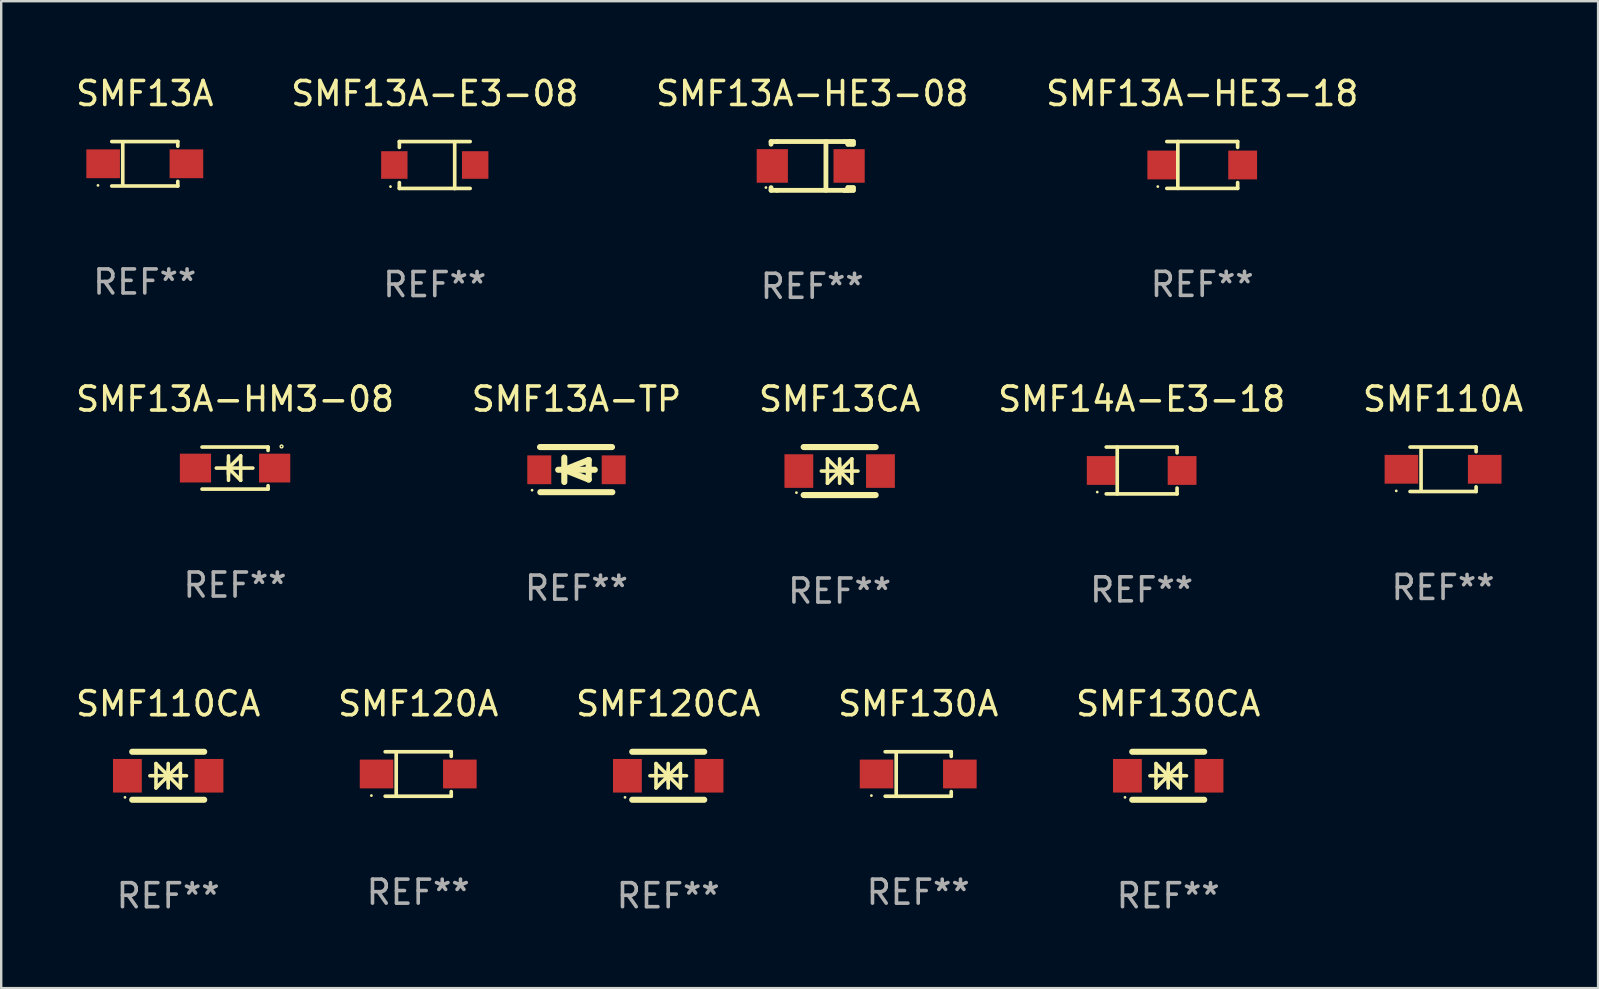
<source format=kicad_pcb>
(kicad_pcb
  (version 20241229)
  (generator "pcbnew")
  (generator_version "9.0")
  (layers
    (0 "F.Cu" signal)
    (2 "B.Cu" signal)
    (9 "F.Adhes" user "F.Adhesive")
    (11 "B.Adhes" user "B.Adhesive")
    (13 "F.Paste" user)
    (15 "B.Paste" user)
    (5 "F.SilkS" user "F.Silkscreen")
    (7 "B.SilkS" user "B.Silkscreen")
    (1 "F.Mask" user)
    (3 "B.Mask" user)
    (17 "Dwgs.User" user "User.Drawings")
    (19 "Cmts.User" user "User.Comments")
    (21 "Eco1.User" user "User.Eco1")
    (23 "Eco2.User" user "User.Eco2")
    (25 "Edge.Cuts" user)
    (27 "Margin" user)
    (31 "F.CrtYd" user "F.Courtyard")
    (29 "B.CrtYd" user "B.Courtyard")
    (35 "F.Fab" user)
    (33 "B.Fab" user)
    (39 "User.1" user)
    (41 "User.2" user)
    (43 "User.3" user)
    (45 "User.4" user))
  (footprint "SMF120A"
    (layer "F.Cu")
    (at 14.375 29.199)
    (property "Reference" "SMF120A" (at 0 -2.926 0) (layer "F.SilkS") (effects (font (size 1 1) (thickness 0.15))))
    (attr through_hole)
    (fp_line (start -1.376 -0.926) (end 1.376 -0.926) (stroke (width 0.152) (type solid)) (layer "F.SilkS"))
    (fp_line (start -1.376 0.926) (end 1.376 0.926) (stroke (width 0.152) (type solid)) (layer "F.SilkS"))
    (fp_line (start -0.917 -0.876) (end -0.917 0.876) (stroke (width 0.152) (type solid)) (layer "F.SilkS"))
    (fp_line (start 1.376 -0.926) (end 1.376 -0.733) (stroke (width 0.152) (type solid)) (layer "F.SilkS"))
    (fp_line (start 1.376 0.926) (end 1.376 0.733) (stroke (width 0.152) (type solid)) (layer "F.SilkS"))
    (fp_circle (center -1.95 0.9) (end -1.92 0.9) (stroke (width 0.06) (type solid)) (fill no) (layer "F.SilkS"))
    (fp_text user "REF**" (at 0 4.926 0) (layer "F.Fab") (effects (font (size 1 1) (thickness 0.15))))
    (pad "1" smd rect (at -1.735 0) (size 1.4 1.2) (layers "F.Cu" "F.Mask" "F.Paste"))
    (pad "2" smd rect (at 1.735 0) (size 1.4 1.2) (layers "F.Cu" "F.Mask" "F.Paste")))
  (footprint "SMF13A-TP"
    (layer "F.Cu")
    (at 20.97 16.517)
    (property "Reference" "SMF13A-TP" (at 0 -2.94 0) (layer "F.SilkS") (effects (font (size 1 1) (thickness 0.15))))
    (attr through_hole)
    (fp_line (start -1.52 -0.94) (end 1.48 -0.94) (stroke (width 0.254) (type solid)) (layer "F.SilkS"))
    (fp_line (start -1.507 0.94) (end 1.493 0.94) (stroke (width 0.254) (type solid)) (layer "F.SilkS"))
    (fp_line (start -0.762 0.007) (end 0.762 0.007) (stroke (width 0.254) (type solid)) (layer "F.SilkS"))
    (fp_line (start -0.508 -0.501) (end -0.508 0.515) (stroke (width 0.254) (type solid)) (layer "F.SilkS"))
    (fp_line (start -0.508 0.007) (end 0.508 -0.4) (stroke (width 0.254) (type solid)) (layer "F.SilkS"))
    (fp_line (start 0.508 -0.4) (end 0.508 0.413) (stroke (width 0.254) (type solid)) (layer "F.SilkS"))
    (fp_line (start 0.508 0.413) (end -0.508 0.007) (stroke (width 0.254) (type solid)) (layer "F.SilkS"))
    (fp_circle (center -1.85 0.857) (end -1.82 0.857) (stroke (width 0.06) (type solid)) (fill no) (layer "F.SilkS"))
    (fp_text user "REF**" (at 0 4.94 0) (layer "F.Fab") (effects (font (size 1 1) (thickness 0.15))))
    (pad "1" smd rect (at -1.55 0.007) (size 1 1.2) (layers "F.Cu" "F.Mask" "F.Paste"))
    (pad "2" smd rect (at 1.55 0.007) (size 1 1.2) (layers "F.Cu" "F.Mask" "F.Paste")))
  (footprint "SMF13A-HE3-18"
    (layer "F.Cu")
    (at 47.042 3.824)
    (property "Reference" "SMF13A-HE3-18" (at 0 -2.976 0) (layer "F.SilkS") (effects (font (size 1 1) (thickness 0.15))))
    (attr through_hole)
    (fp_line (start -1.476 -0.976) (end 1.476 -0.976) (stroke (width 0.152) (type solid)) (layer "F.SilkS"))
    (fp_line (start -1.476 0.976) (end 1.476 0.976) (stroke (width 0.152) (type solid)) (layer "F.SilkS"))
    (fp_line (start -1.017 -0.976) (end -1.017 0.976) (stroke (width 0.152) (type solid)) (layer "F.SilkS"))
    (fp_line (start 1.476 -0.976) (end 1.476 -0.733) (stroke (width 0.152) (type solid)) (layer "F.SilkS"))
    (fp_line (start 1.476 0.976) (end 1.476 0.733) (stroke (width 0.152) (type solid)) (layer "F.SilkS"))
    (fp_circle (center -1.85 0.9) (end -1.82 0.9) (stroke (width 0.06) (type solid)) (fill no) (layer "F.SilkS"))
    (fp_text user "REF**" (at 0 4.976 0) (layer "F.Fab") (effects (font (size 1 1) (thickness 0.15))))
    (pad "1" smd rect (at -1.685 0) (size 1.2 1.2) (layers "F.Cu" "F.Mask" "F.Paste"))
    (pad "2" smd rect (at 1.685 0) (size 1.2 1.2) (layers "F.Cu" "F.Mask" "F.Paste")))
  (footprint "SMF110CA"
    (layer "F.Cu")
    (at 3.958 29.273)
    (property "Reference" "SMF110CA" (at 0 -3 0) (layer "F.SilkS") (effects (font (size 1 1) (thickness 0.15))))
    (attr through_hole)
    (fp_line (start -1.5 -1) (end 1.5 -1) (stroke (width 0.254) (type solid)) (layer "F.SilkS"))
    (fp_line (start -1.5 1) (end 1.5 1) (stroke (width 0.254) (type solid)) (layer "F.SilkS"))
    (fp_line (start -0.762 0) (end 0.762 0) (stroke (width 0.15) (type solid)) (layer "F.SilkS"))
    (fp_line (start -0.508 -0.508) (end -0.508 0.508) (stroke (width 0.15) (type solid)) (layer "F.SilkS"))
    (fp_line (start 0 -0.508) (end 0 0.508) (stroke (width 0.15) (type solid)) (layer "F.SilkS"))
    (fp_line (start 0 0) (end -0.508 -0.508) (stroke (width 0.15) (type solid)) (layer "F.SilkS"))
    (fp_line (start 0 0) (end -0.508 0.508) (stroke (width 0.15) (type solid)) (layer "F.SilkS"))
    (fp_line (start 0 0) (end 0.508 -0.508) (stroke (width 0.15) (type solid)) (layer "F.SilkS"))
    (fp_line (start 0 0) (end 0.508 0.508) (stroke (width 0.15) (type solid)) (layer "F.SilkS"))
    (fp_line (start 0 0.254) (end 0 -0.254) (stroke (width 0.15) (type solid)) (layer "F.SilkS"))
    (fp_line (start 0.508 0.508) (end 0.508 -0.508) (stroke (width 0.15) (type solid)) (layer "F.SilkS"))
    (fp_circle (center -1.8 0.9) (end -1.77 0.9) (stroke (width 0.06) (type solid)) (fill no) (layer "F.SilkS"))
    (fp_text user "REF**" (at 0 5 0) (layer "F.Fab") (effects (font (size 1 1) (thickness 0.15))))
    (pad "1" smd rect (at -1.7 0) (size 1.2 1.4) (layers "F.Cu" "F.Mask" "F.Paste"))
    (pad "2" smd rect (at 1.7 0) (size 1.2 1.4) (layers "F.Cu" "F.Mask" "F.Paste")))
  (footprint "SMF110A"
    (layer "F.Cu")
    (at 57.077 16.503)
    (property "Reference" "SMF110A" (at 0 -2.926 0) (layer "F.SilkS") (effects (font (size 1 1) (thickness 0.15))))
    (attr through_hole)
    (fp_line (start -1.376 -0.926) (end 1.376 -0.926) (stroke (width 0.152) (type solid)) (layer "F.SilkS"))
    (fp_line (start -1.376 0.926) (end 1.376 0.926) (stroke (width 0.152) (type solid)) (layer "F.SilkS"))
    (fp_line (start -0.917 -0.876) (end -0.917 0.876) (stroke (width 0.152) (type solid)) (layer "F.SilkS"))
    (fp_line (start 1.376 -0.926) (end 1.376 -0.733) (stroke (width 0.152) (type solid)) (layer "F.SilkS"))
    (fp_line (start 1.376 0.926) (end 1.376 0.733) (stroke (width 0.152) (type solid)) (layer "F.SilkS"))
    (fp_circle (center -1.95 0.9) (end -1.92 0.9) (stroke (width 0.06) (type solid)) (fill no) (layer "F.SilkS"))
    (fp_text user "REF**" (at 0 4.926 0) (layer "F.Fab") (effects (font (size 1 1) (thickness 0.15))))
    (pad "1" smd rect (at -1.735 0) (size 1.4 1.2) (layers "F.Cu" "F.Mask" "F.Paste"))
    (pad "2" smd rect (at 1.735 0) (size 1.4 1.2) (layers "F.Cu" "F.Mask" "F.Paste")))
  (footprint "SMF13A-E3-08"
    (layer "F.Cu")
    (at 15.065 3.828)
    (property "Reference" "SMF13A-E3-08" (at 0 -2.98 0) (layer "F.SilkS") (effects (font (size 1 1) (thickness 0.15))))
    (attr through_hole)
    (fp_line (start -1.476 -0.98) (end -1.476 -0.737) (stroke (width 0.152) (type solid)) (layer "F.SilkS"))
    (fp_line (start -1.476 0.973) (end -1.476 0.73) (stroke (width 0.152) (type solid)) (layer "F.SilkS"))
    (fp_line (start 0.831 0.98) (end 0.831 -0.973) (stroke (width 0.152) (type solid)) (layer "F.SilkS"))
    (fp_line (start 1.476 -0.98) (end -1.476 -0.98) (stroke (width 0.152) (type solid)) (layer "F.SilkS"))
    (fp_line (start 1.476 0.973) (end -1.476 0.973) (stroke (width 0.152) (type solid)) (layer "F.SilkS"))
    (fp_circle (center -1.845 0.897) (end -1.815 0.897) (stroke (width 0.06) (type solid)) (fill no) (layer "F.SilkS"))
    (fp_text user "REF**" (at 0 4.98 0) (layer "F.Fab") (effects (font (size 1 1) (thickness 0.15))))
    (pad "1" smd rect (at -1.685 -0.003) (size 1.1 1.15) (layers "F.Cu" "F.Mask" "F.Paste"))
    (pad "2" smd rect (at 1.685 -0.003) (size 1.1 1.15) (layers "F.Cu" "F.Mask" "F.Paste")))
  (footprint "SMF13A-HE3-08"
    (layer "F.Cu")
    (at 30.792 3.864)
    (property "Reference" "SMF13A-HE3-08" (at 0 -3.016 0) (layer "F.SilkS") (effects (font (size 1 1) (thickness 0.15))))
    (attr through_hole)
    (fp_line (start -1.715 -1.016) (end -1.715 -0.904) (stroke (width 0.2) (type solid)) (layer "F.SilkS"))
    (fp_line (start -1.715 0.904) (end -1.715 1.016) (stroke (width 0.2) (type solid)) (layer "F.SilkS"))
    (fp_line (start -1.715 1.016) (end -1.461 1.016) (stroke (width 0.2) (type solid)) (layer "F.SilkS"))
    (fp_line (start -1.461 -1.016) (end -1.715 -1.016) (stroke (width 0.2) (type solid)) (layer "F.SilkS"))
    (fp_line (start -1.461 -1.016) (end 1.339 -1.016) (stroke (width 0.2) (type solid)) (layer "F.SilkS"))
    (fp_line (start -1.461 1.016) (end 1.339 1.016) (stroke (width 0.2) (type solid)) (layer "F.SilkS"))
    (fp_line (start 0.572 -1.016) (end 0.571 1.016) (stroke (width 0.2) (type solid)) (layer "F.SilkS"))
    (fp_line (start 1.339 -1.016) (end 1.588 -1.016) (stroke (width 0.2) (type solid)) (layer "F.SilkS"))
    (fp_line (start 1.339 1.016) (end 1.486 1.016) (stroke (width 0.2) (type solid)) (layer "F.SilkS"))
    (fp_line (start 1.486 -0.904) (end 1.486 -1.016) (stroke (width 0.2) (type solid)) (layer "F.SilkS"))
    (fp_line (start 1.486 1.016) (end 1.486 0.904) (stroke (width 0.2) (type solid)) (layer "F.SilkS"))
    (fp_line (start 1.588 -1.016) (end 1.603 -1.016) (stroke (width 0.2) (type solid)) (layer "F.SilkS"))
    (fp_line (start 1.588 -1.016) (end 1.715 -1.016) (stroke (width 0.2) (type solid)) (layer "F.SilkS"))
    (fp_line (start 1.603 -1.016) (end 1.603 -0.904) (stroke (width 0.2) (type solid)) (layer "F.SilkS"))
    (fp_line (start 1.603 0.904) (end 1.603 1.016) (stroke (width 0.2) (type solid)) (layer "F.SilkS"))
    (fp_line (start 1.715 -1.016) (end 1.715 -0.904) (stroke (width 0.2) (type solid)) (layer "F.SilkS"))
    (fp_line (start 1.715 -0.904) (end 1.486 -0.904) (stroke (width 0.2) (type solid)) (layer "F.SilkS"))
    (fp_line (start 1.715 0.904) (end 1.486 0.904) (stroke (width 0.2) (type solid)) (layer "F.SilkS"))
    (fp_line (start 1.715 0.904) (end 1.715 1.016) (stroke (width 0.2) (type solid)) (layer "F.SilkS"))
    (fp_line (start 1.715 1.016) (end 1.339 1.016) (stroke (width 0.2) (type solid)) (layer "F.SilkS"))
    (fp_circle (center -1.929 0.9) (end -1.899 0.9) (stroke (width 0.06) (type solid)) (fill no) (layer "F.SilkS"))
    (fp_text user "REF**" (at 0 5.016 0) (layer "F.Fab") (effects (font (size 1 1) (thickness 0.15))))
    (pad "1" smd rect (at -1.664 0) (size 1.3 1.4) (layers "F.Cu" "F.Mask" "F.Paste"))
    (pad "2" smd rect (at 1.537 0) (size 1.3 1.4) (layers "F.Cu" "F.Mask" "F.Paste")))
  (footprint "SMF13CA"
    (layer "F.Cu")
    (at 31.935 16.577)
    (property "Reference" "SMF13CA" (at 0 -3 0) (layer "F.SilkS") (effects (font (size 1 1) (thickness 0.15))))
    (attr through_hole)
    (fp_line (start -1.5 -1) (end 1.5 -1) (stroke (width 0.254) (type solid)) (layer "F.SilkS"))
    (fp_line (start -1.5 1) (end 1.5 1) (stroke (width 0.254) (type solid)) (layer "F.SilkS"))
    (fp_line (start -0.762 0) (end 0.762 0) (stroke (width 0.15) (type solid)) (layer "F.SilkS"))
    (fp_line (start -0.508 -0.508) (end -0.508 0.508) (stroke (width 0.15) (type solid)) (layer "F.SilkS"))
    (fp_line (start 0 -0.508) (end 0 0.508) (stroke (width 0.15) (type solid)) (layer "F.SilkS"))
    (fp_line (start 0 0) (end -0.508 -0.508) (stroke (width 0.15) (type solid)) (layer "F.SilkS"))
    (fp_line (start 0 0) (end -0.508 0.508) (stroke (width 0.15) (type solid)) (layer "F.SilkS"))
    (fp_line (start 0 0) (end 0.508 -0.508) (stroke (width 0.15) (type solid)) (layer "F.SilkS"))
    (fp_line (start 0 0) (end 0.508 0.508) (stroke (width 0.15) (type solid)) (layer "F.SilkS"))
    (fp_line (start 0 0.254) (end 0 -0.254) (stroke (width 0.15) (type solid)) (layer "F.SilkS"))
    (fp_line (start 0.508 0.508) (end 0.508 -0.508) (stroke (width 0.15) (type solid)) (layer "F.SilkS"))
    (fp_circle (center -1.8 0.9) (end -1.77 0.9) (stroke (width 0.06) (type solid)) (fill no) (layer "F.SilkS"))
    (fp_text user "REF**" (at 0 5 0) (layer "F.Fab") (effects (font (size 1 1) (thickness 0.15))))
    (pad "1" smd rect (at -1.7 0) (size 1.2 1.4) (layers "F.Cu" "F.Mask" "F.Paste"))
    (pad "2" smd rect (at 1.7 0) (size 1.2 1.4) (layers "F.Cu" "F.Mask" "F.Paste")))
  (footprint "SMF13A"
    (layer "F.Cu")
    (at 2.982 3.774)
    (property "Reference" "SMF13A" (at 0 -2.926 0) (layer "F.SilkS") (effects (font (size 1 1) (thickness 0.15))))
    (attr through_hole)
    (fp_line (start -1.376 -0.926) (end 1.376 -0.926) (stroke (width 0.152) (type solid)) (layer "F.SilkS"))
    (fp_line (start -1.376 0.926) (end 1.376 0.926) (stroke (width 0.152) (type solid)) (layer "F.SilkS"))
    (fp_line (start -0.917 -0.876) (end -0.917 0.876) (stroke (width 0.152) (type solid)) (layer "F.SilkS"))
    (fp_line (start 1.376 -0.926) (end 1.376 -0.733) (stroke (width 0.152) (type solid)) (layer "F.SilkS"))
    (fp_line (start 1.376 0.926) (end 1.376 0.733) (stroke (width 0.152) (type solid)) (layer "F.SilkS"))
    (fp_circle (center -1.95 0.9) (end -1.92 0.9) (stroke (width 0.06) (type solid)) (fill no) (layer "F.SilkS"))
    (fp_text user "REF**" (at 0 4.926 0) (layer "F.Fab") (effects (font (size 1 1) (thickness 0.15))))
    (pad "1" smd rect (at -1.735 0) (size 1.4 1.2) (layers "F.Cu" "F.Mask" "F.Paste"))
    (pad "2" smd rect (at 1.735 0) (size 1.4 1.2) (layers "F.Cu" "F.Mask" "F.Paste")))
  (footprint "SMF13A-HM3-08"
    (layer "F.Cu")
    (at 6.744 16.453)
    (property "Reference" "SMF13A-HM3-08" (at 0 -2.876 0) (layer "F.SilkS") (effects (font (size 1 1) (thickness 0.15))))
    (attr through_hole)
    (fp_line (start -1.376 -0.876) (end 1.376 -0.876) (stroke (width 0.152) (type solid)) (layer "F.SilkS"))
    (fp_line (start -1.376 0.876) (end 1.376 0.876) (stroke (width 0.152) (type solid)) (layer "F.SilkS"))
    (fp_line (start -0.782 0) (end 0.742 0) (stroke (width 0.15) (type solid)) (layer "F.SilkS"))
    (fp_line (start -0.274 -0.508) (end -0.274 0.508) (stroke (width 0.15) (type solid)) (layer "F.SilkS"))
    (fp_line (start -0.274 0) (end 0.234 -0.508) (stroke (width 0.15) (type solid)) (layer "F.SilkS"))
    (fp_line (start -0.274 0) (end 0.234 0.508) (stroke (width 0.15) (type solid)) (layer "F.SilkS"))
    (fp_line (start -0.274 0.254) (end -0.274 -0.254) (stroke (width 0.15) (type solid)) (layer "F.SilkS"))
    (fp_line (start 0.234 0.508) (end 0.234 -0.508) (stroke (width 0.15) (type solid)) (layer "F.SilkS"))
    (fp_line (start 1.376 -0.876) (end 1.375 -0.735) (stroke (width 0.152) (type solid)) (layer "F.SilkS"))
    (fp_line (start 1.376 0.876) (end 1.375 0.735) (stroke (width 0.152) (type solid)) (layer "F.SilkS"))
    (fp_circle (center 1.937 -0.9) (end 1.966 -0.9) (stroke (width 0.06) (type solid)) (fill no) (layer "F.SilkS"))
    (fp_text user "REF**" (at 0 4.876 0) (layer "F.Fab") (effects (font (size 1 1) (thickness 0.15))))
    (pad "1" smd rect (at 1.65 0 180) (size 1.3 1.2) (layers "F.Cu" "F.Mask" "F.Paste"))
    (pad "2" smd rect (at -1.65 0 180) (size 1.3 1.2) (layers "F.Cu" "F.Mask" "F.Paste")))
  (footprint "SMF120CA"
    (layer "F.Cu")
    (at 24.792 29.273)
    (property "Reference" "SMF120CA" (at 0 -3 0) (layer "F.SilkS") (effects (font (size 1 1) (thickness 0.15))))
    (attr through_hole)
    (fp_line (start -1.5 -1) (end 1.5 -1) (stroke (width 0.254) (type solid)) (layer "F.SilkS"))
    (fp_line (start -1.5 1) (end 1.5 1) (stroke (width 0.254) (type solid)) (layer "F.SilkS"))
    (fp_line (start -0.762 0) (end 0.762 0) (stroke (width 0.15) (type solid)) (layer "F.SilkS"))
    (fp_line (start -0.508 -0.508) (end -0.508 0.508) (stroke (width 0.15) (type solid)) (layer "F.SilkS"))
    (fp_line (start 0 -0.508) (end 0 0.508) (stroke (width 0.15) (type solid)) (layer "F.SilkS"))
    (fp_line (start 0 0) (end -0.508 -0.508) (stroke (width 0.15) (type solid)) (layer "F.SilkS"))
    (fp_line (start 0 0) (end -0.508 0.508) (stroke (width 0.15) (type solid)) (layer "F.SilkS"))
    (fp_line (start 0 0) (end 0.508 -0.508) (stroke (width 0.15) (type solid)) (layer "F.SilkS"))
    (fp_line (start 0 0) (end 0.508 0.508) (stroke (width 0.15) (type solid)) (layer "F.SilkS"))
    (fp_line (start 0 0.254) (end 0 -0.254) (stroke (width 0.15) (type solid)) (layer "F.SilkS"))
    (fp_line (start 0.508 0.508) (end 0.508 -0.508) (stroke (width 0.15) (type solid)) (layer "F.SilkS"))
    (fp_circle (center -1.8 0.9) (end -1.77 0.9) (stroke (width 0.06) (type solid)) (fill no) (layer "F.SilkS"))
    (fp_text user "REF**" (at 0 5 0) (layer "F.Fab") (effects (font (size 1 1) (thickness 0.15))))
    (pad "1" smd rect (at -1.7 0) (size 1.2 1.4) (layers "F.Cu" "F.Mask" "F.Paste"))
    (pad "2" smd rect (at 1.7 0) (size 1.2 1.4) (layers "F.Cu" "F.Mask" "F.Paste")))
  (footprint "SMF130CA"
    (layer "F.Cu")
    (at 45.625 29.273)
    (property "Reference" "SMF130CA" (at 0 -3 0) (layer "F.SilkS") (effects (font (size 1 1) (thickness 0.15))))
    (attr through_hole)
    (fp_line (start -1.5 -1) (end 1.5 -1) (stroke (width 0.254) (type solid)) (layer "F.SilkS"))
    (fp_line (start -1.5 1) (end 1.5 1) (stroke (width 0.254) (type solid)) (layer "F.SilkS"))
    (fp_line (start -0.762 0) (end 0.762 0) (stroke (width 0.15) (type solid)) (layer "F.SilkS"))
    (fp_line (start -0.508 -0.508) (end -0.508 0.508) (stroke (width 0.15) (type solid)) (layer "F.SilkS"))
    (fp_line (start 0 -0.508) (end 0 0.508) (stroke (width 0.15) (type solid)) (layer "F.SilkS"))
    (fp_line (start 0 0) (end -0.508 -0.508) (stroke (width 0.15) (type solid)) (layer "F.SilkS"))
    (fp_line (start 0 0) (end -0.508 0.508) (stroke (width 0.15) (type solid)) (layer "F.SilkS"))
    (fp_line (start 0 0) (end 0.508 -0.508) (stroke (width 0.15) (type solid)) (layer "F.SilkS"))
    (fp_line (start 0 0) (end 0.508 0.508) (stroke (width 0.15) (type solid)) (layer "F.SilkS"))
    (fp_line (start 0 0.254) (end 0 -0.254) (stroke (width 0.15) (type solid)) (layer "F.SilkS"))
    (fp_line (start 0.508 0.508) (end 0.508 -0.508) (stroke (width 0.15) (type solid)) (layer "F.SilkS"))
    (fp_circle (center -1.8 0.9) (end -1.77 0.9) (stroke (width 0.06) (type solid)) (fill no) (layer "F.SilkS"))
    (fp_text user "REF**" (at 0 5 0) (layer "F.Fab") (effects (font (size 1 1) (thickness 0.15))))
    (pad "1" smd rect (at -1.7 0) (size 1.2 1.4) (layers "F.Cu" "F.Mask" "F.Paste"))
    (pad "2" smd rect (at 1.7 0) (size 1.2 1.4) (layers "F.Cu" "F.Mask" "F.Paste")))
  (footprint "SMF130A"
    (layer "F.Cu")
    (at 35.208 29.199)
    (property "Reference" "SMF130A" (at 0 -2.926 0) (layer "F.SilkS") (effects (font (size 1 1) (thickness 0.15))))
    (attr through_hole)
    (fp_line (start -1.376 -0.926) (end 1.376 -0.926) (stroke (width 0.152) (type solid)) (layer "F.SilkS"))
    (fp_line (start -1.376 0.926) (end 1.376 0.926) (stroke (width 0.152) (type solid)) (layer "F.SilkS"))
    (fp_line (start -0.917 -0.876) (end -0.917 0.876) (stroke (width 0.152) (type solid)) (layer "F.SilkS"))
    (fp_line (start 1.376 -0.926) (end 1.376 -0.733) (stroke (width 0.152) (type solid)) (layer "F.SilkS"))
    (fp_line (start 1.376 0.926) (end 1.376 0.733) (stroke (width 0.152) (type solid)) (layer "F.SilkS"))
    (fp_circle (center -1.95 0.9) (end -1.92 0.9) (stroke (width 0.06) (type solid)) (fill no) (layer "F.SilkS"))
    (fp_text user "REF**" (at 0 4.926 0) (layer "F.Fab") (effects (font (size 1 1) (thickness 0.15))))
    (pad "1" smd rect (at -1.735 0) (size 1.4 1.2) (layers "F.Cu" "F.Mask" "F.Paste"))
    (pad "2" smd rect (at 1.735 0) (size 1.4 1.2) (layers "F.Cu" "F.Mask" "F.Paste")))
  (footprint "SMF14A-E3-18"
    (layer "F.Cu")
    (at 44.518 16.553)
    (property "Reference" "SMF14A-E3-18" (at 0 -2.976 0) (layer "F.SilkS") (effects (font (size 1 1) (thickness 0.15))))
    (attr through_hole)
    (fp_line (start -1.476 -0.976) (end 1.476 -0.976) (stroke (width 0.152) (type solid)) (layer "F.SilkS"))
    (fp_line (start -1.476 0.976) (end 1.476 0.976) (stroke (width 0.152) (type solid)) (layer "F.SilkS"))
    (fp_line (start -1.017 -0.976) (end -1.017 0.976) (stroke (width 0.152) (type solid)) (layer "F.SilkS"))
    (fp_line (start 1.476 -0.976) (end 1.476 -0.733) (stroke (width 0.152) (type solid)) (layer "F.SilkS"))
    (fp_line (start 1.476 0.976) (end 1.476 0.733) (stroke (width 0.152) (type solid)) (layer "F.SilkS"))
    (fp_circle (center -1.85 0.9) (end -1.82 0.9) (stroke (width 0.06) (type solid)) (fill no) (layer "F.SilkS"))
    (fp_text user "REF**" (at 0 4.976 0) (layer "F.Fab") (effects (font (size 1 1) (thickness 0.15))))
    (pad "1" smd rect (at -1.685 0) (size 1.2 1.2) (layers "F.Cu" "F.Mask" "F.Paste"))
    (pad "2" smd rect (at 1.685 0) (size 1.2 1.2) (layers "F.Cu" "F.Mask" "F.Paste")))
  (gr_rect
    (start -3 -3)
    (end 63.536 38.122)
    (stroke (width 0.1) (type default))
    (fill no)
    (layer "Edge.Cuts")))
</source>
